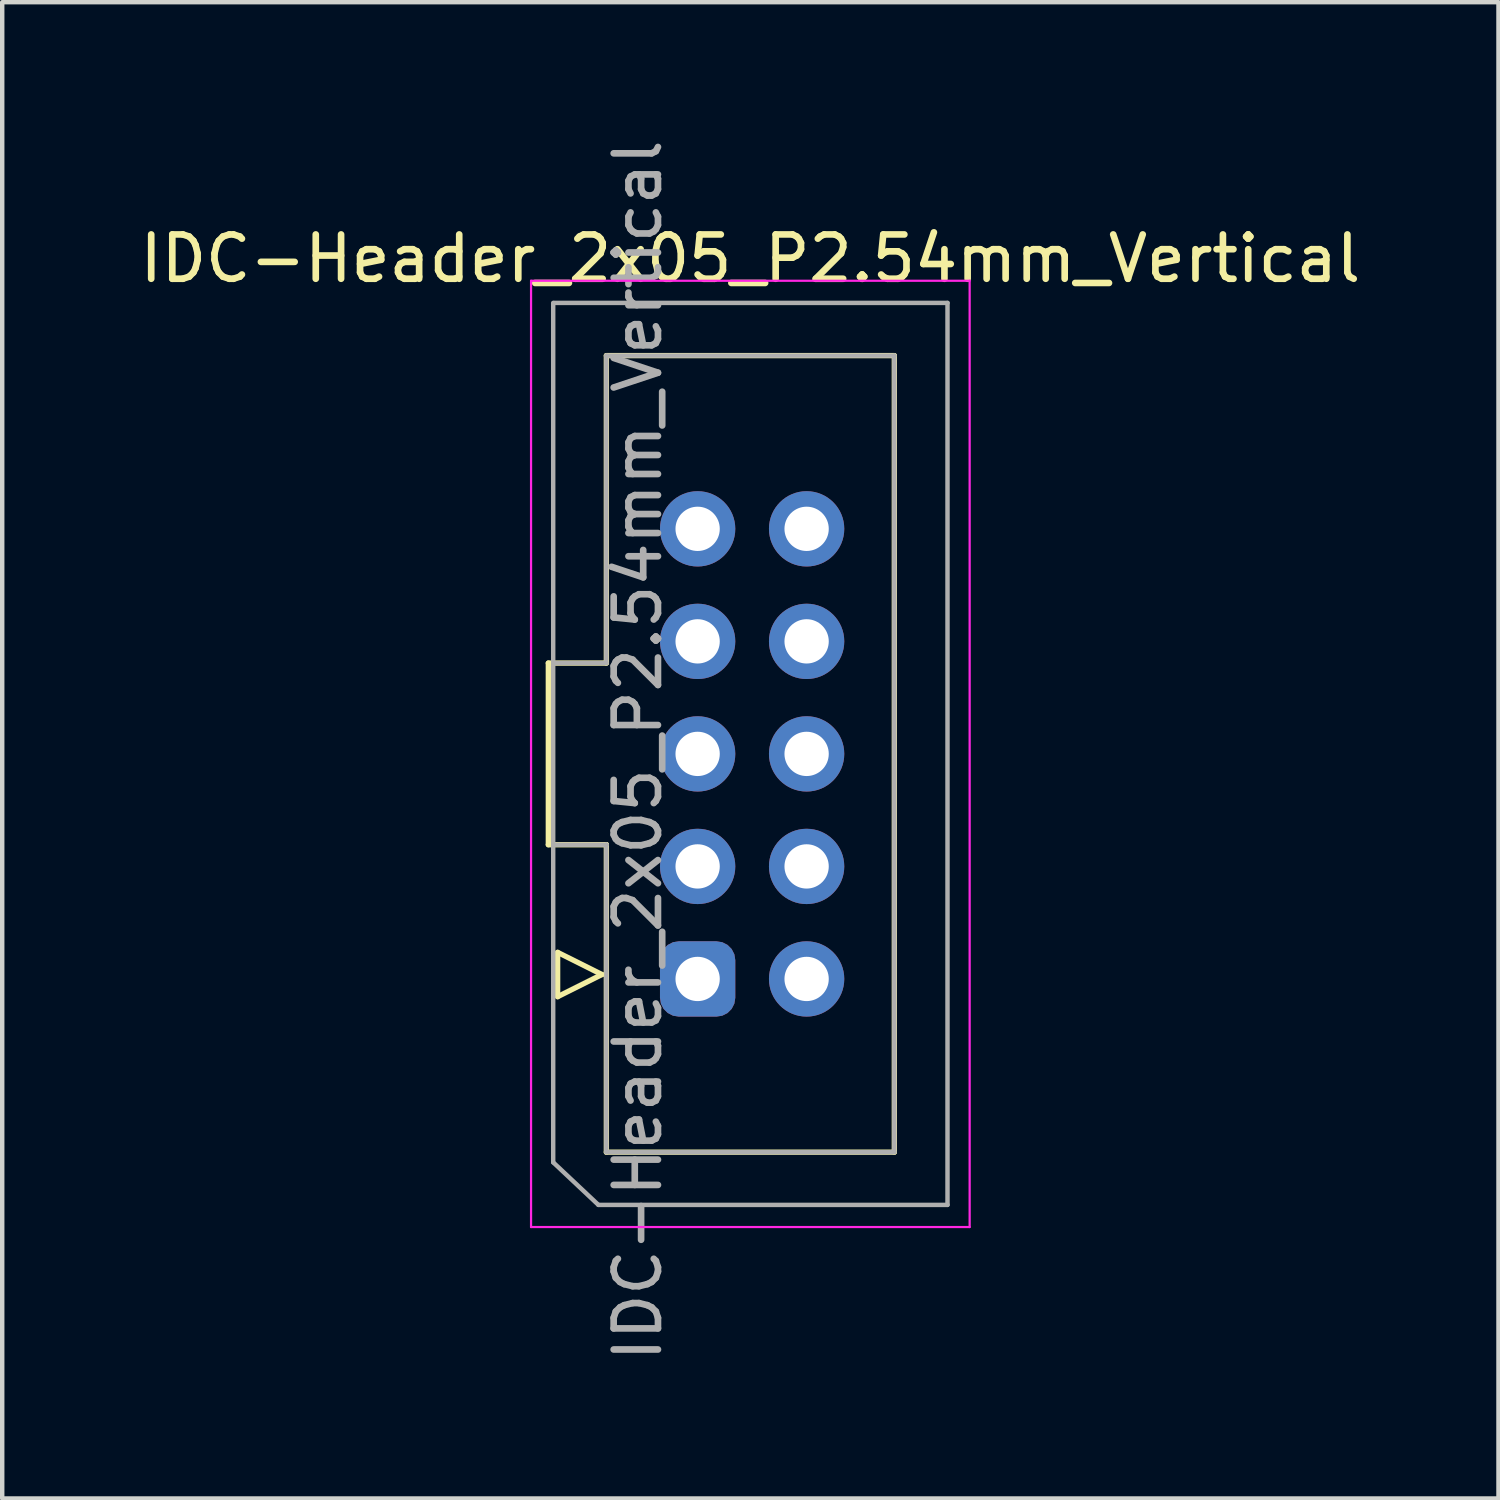
<source format=kicad_pcb>
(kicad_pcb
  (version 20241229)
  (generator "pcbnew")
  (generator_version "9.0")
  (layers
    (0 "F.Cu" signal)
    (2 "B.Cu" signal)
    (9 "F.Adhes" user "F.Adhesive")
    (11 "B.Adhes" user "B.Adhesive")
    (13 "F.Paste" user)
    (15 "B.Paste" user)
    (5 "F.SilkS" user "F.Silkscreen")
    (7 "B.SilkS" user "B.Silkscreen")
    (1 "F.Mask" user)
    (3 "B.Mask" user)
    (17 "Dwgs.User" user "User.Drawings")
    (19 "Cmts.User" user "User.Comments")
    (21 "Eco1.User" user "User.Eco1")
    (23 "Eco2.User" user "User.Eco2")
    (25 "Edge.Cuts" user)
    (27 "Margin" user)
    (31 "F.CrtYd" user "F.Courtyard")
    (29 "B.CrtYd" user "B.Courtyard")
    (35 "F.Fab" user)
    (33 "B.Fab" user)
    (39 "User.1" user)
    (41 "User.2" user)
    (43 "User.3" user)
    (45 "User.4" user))
  (footprint "IDC-Header_2x05_P2.54mm_Vertical"
    (layer "F.Cu")
    (at 15.157 8.887)
    (property "Reference" "IDC-Header_2x05_P2.54mm_Vertical" (at -1.27 -6.1 0) (layer "F.SilkS") (effects (font (size 1 1) (thickness 0.15))))
    (attr through_hole)
    (fp_line (start -5.83 3.03) (end -5.83 7.13) (stroke (width 0.12) (type solid)) (layer "F.SilkS"))
    (fp_line (start -5.83 3.03) (end -4.52 3.03) (stroke (width 0.12) (type solid)) (layer "F.SilkS"))
    (fp_line (start -5.62 9.56) (end -5.62 10.56) (stroke (width 0.12) (type solid)) (layer "F.SilkS"))
    (fp_line (start -5.62 10.56) (end -4.62 10.06) (stroke (width 0.12) (type solid)) (layer "F.SilkS"))
    (fp_line (start -4.62 10.06) (end -5.62 9.56) (stroke (width 0.12) (type solid)) (layer "F.SilkS"))
    (fp_line (start -4.52 -3.91) (end 1.98 -3.91) (stroke (width 0.12) (type solid)) (layer "F.SilkS"))
    (fp_line (start -4.52 3.03) (end -4.52 -3.91) (stroke (width 0.12) (type solid)) (layer "F.SilkS"))
    (fp_line (start -4.52 7.13) (end -5.83 7.13) (stroke (width 0.12) (type solid)) (layer "F.SilkS"))
    (fp_line (start -4.52 7.13) (end -4.52 7.13) (stroke (width 0.12) (type solid)) (layer "F.SilkS"))
    (fp_line (start -4.52 14.07) (end -4.52 7.13) (stroke (width 0.12) (type solid)) (layer "F.SilkS"))
    (fp_line (start 1.98 -3.91) (end 1.98 14.07) (stroke (width 0.12) (type solid)) (layer "F.SilkS"))
    (fp_line (start 1.98 14.07) (end -4.52 14.07) (stroke (width 0.12) (type solid)) (layer "F.SilkS"))
    (fp_line (start -6.22 -5.6) (end -6.22 15.76) (stroke (width 0.05) (type solid)) (layer "F.CrtYd"))
    (fp_line (start -6.22 15.76) (end 3.68 15.76) (stroke (width 0.05) (type solid)) (layer "F.CrtYd"))
    (fp_line (start 3.68 -5.6) (end -6.22 -5.6) (stroke (width 0.05) (type solid)) (layer "F.CrtYd"))
    (fp_line (start 3.68 15.76) (end 3.68 -5.6) (stroke (width 0.05) (type solid)) (layer "F.CrtYd"))
    (fp_line (start -5.72 3.03) (end -4.52 3.03) (stroke (width 0.1) (type solid)) (layer "F.Fab"))
    (fp_line (start -5.72 14.3) (end -5.72 -5.1) (stroke (width 0.1) (type solid)) (layer "F.Fab"))
    (fp_line (start -5.7 -5.1) (end 3.18 -5.1) (stroke (width 0.1) (type solid)) (layer "F.Fab"))
    (fp_line (start -4.7 15.26) (end -5.72 14.3) (stroke (width 0.1) (type solid)) (layer "F.Fab"))
    (fp_line (start -4.52 -3.91) (end 1.98 -3.91) (stroke (width 0.1) (type solid)) (layer "F.Fab"))
    (fp_line (start -4.52 3.03) (end -4.52 -3.91) (stroke (width 0.1) (type solid)) (layer "F.Fab"))
    (fp_line (start -4.52 7.13) (end -5.72 7.13) (stroke (width 0.1) (type solid)) (layer "F.Fab"))
    (fp_line (start -4.52 7.13) (end -4.52 7.13) (stroke (width 0.1) (type solid)) (layer "F.Fab"))
    (fp_line (start -4.52 14.07) (end -4.52 7.13) (stroke (width 0.1) (type solid)) (layer "F.Fab"))
    (fp_line (start 1.98 -3.91) (end 1.98 14.07) (stroke (width 0.1) (type solid)) (layer "F.Fab"))
    (fp_line (start 1.98 14.07) (end -4.52 14.07) (stroke (width 0.1) (type solid)) (layer "F.Fab"))
    (fp_line (start 3.18 -5.1) (end 3.18 15.26) (stroke (width 0.1) (type solid)) (layer "F.Fab"))
    (fp_line (start 3.18 15.26) (end -4.7 15.26) (stroke (width 0.1) (type solid)) (layer "F.Fab"))
    (fp_text user "${REFERENCE}" (at -3.81 5 90) (layer "F.Fab") (effects (font (size 1 1) (thickness 0.15))))
    (pad "1" thru_hole roundrect (at -2.46 10.16) (size 1.7 1.7) (drill 1) (layers "*.Cu" "*.Mask") (roundrect_rratio 0.25))
    (pad "2" thru_hole circle (at 0 10.16) (size 1.7 1.7) (drill 1) (layers "*.Cu" "*.Mask"))
    (pad "3" thru_hole circle (at -2.46 7.62) (size 1.7 1.7) (drill 1) (layers "*.Cu" "*.Mask"))
    (pad "4" thru_hole circle (at 0 7.62) (size 1.7 1.7) (drill 1) (layers "*.Cu" "*.Mask"))
    (pad "5" thru_hole circle (at -2.46 5.08) (size 1.7 1.7) (drill 1) (layers "*.Cu" "*.Mask"))
    (pad "6" thru_hole circle (at 0 5.08) (size 1.7 1.7) (drill 1) (layers "*.Cu" "*.Mask"))
    (pad "7" thru_hole circle (at -2.46 2.54) (size 1.7 1.7) (drill 1) (layers "*.Cu" "*.Mask"))
    (pad "8" thru_hole circle (at 0 2.54) (size 1.7 1.7) (drill 1) (layers "*.Cu" "*.Mask"))
    (pad "9" thru_hole circle (at -2.46 0) (size 1.7 1.7) (drill 1) (layers "*.Cu" "*.Mask"))
    (pad "10" thru_hole circle (at 0 0) (size 1.7 1.7) (drill 1) (layers "*.Cu" "*.Mask")))
  (gr_rect
    (start -3 -3)
    (end 30.774 30.774)
    (stroke (width 0.1) (type default))
    (fill no)
    (layer "Edge.Cuts")))
</source>
